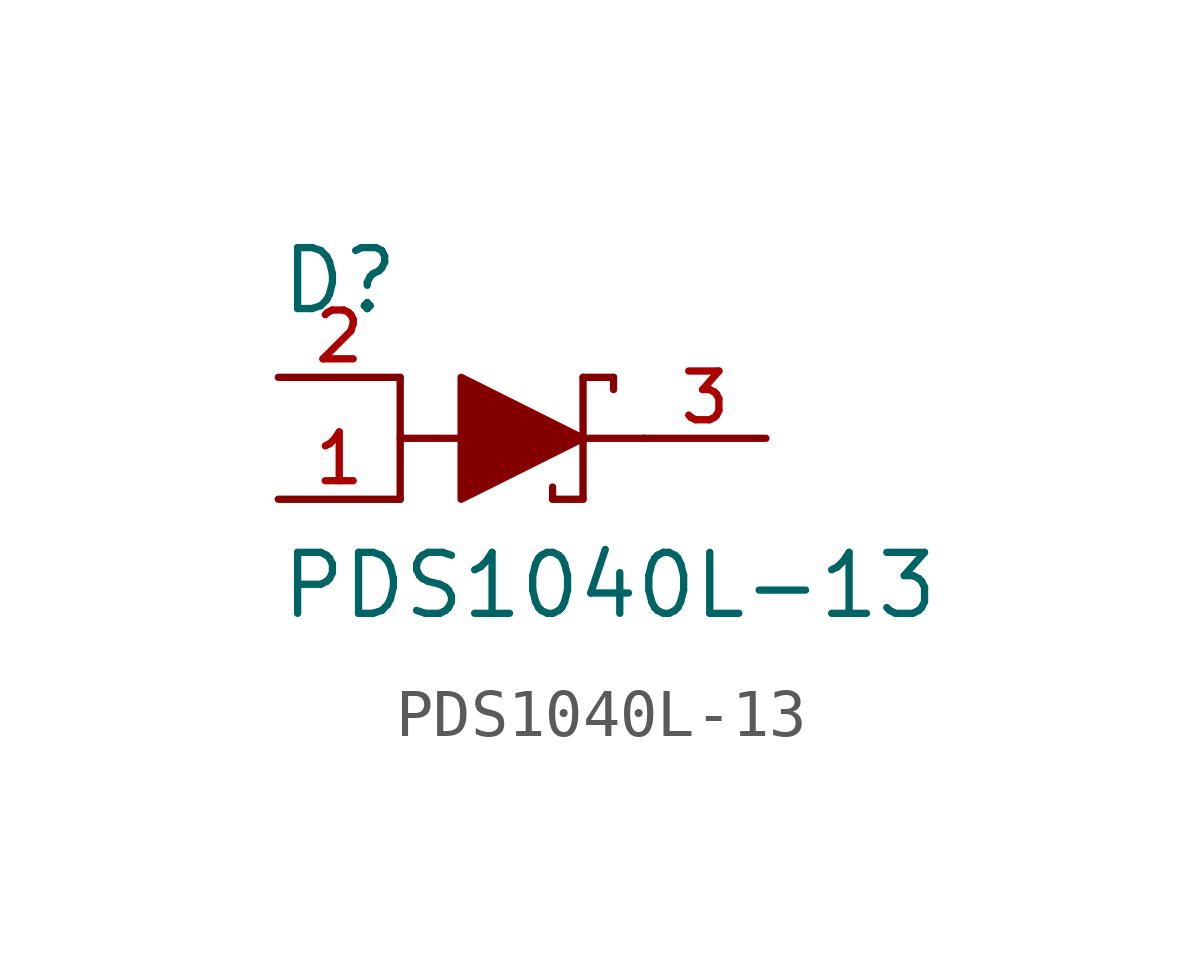
<source format=kicad_sym>
(kicad_symbol_lib
  (version 20220914)
  (generator kicad_symbol_editor)
  (symbol "PDS1040L-13"
    (pin_names
      (offset 1.016))
    (property "Reference" "D"
      (at -5.08 2.54 0)
      (effects (font (size 1.27 1.27)) (justify left bottom)))
    (property "Value" "PDS1040L-13"
      (at -5.08 -3.81 0)
      (effects (font (size 1.27 1.27)) (justify left bottom)))
    (symbol "PDS1040L-13_0_0"
      (pin passive line (at -5.08 -1.27 0) (length 2.54) (name "~" (effects (font (size 1.016 1.016)))) (number "1" (effects (font (size 1.016 1.016)))))
      (pin passive line (at -5.08 1.27 0) (length 2.54) (name "~" (effects (font (size 1.016 1.016)))) (number "2" (effects (font (size 1.016 1.016)))))
      (pin passive line (at 5.08 0 180) (length 2.54) (name "~" (effects (font (size 1.016 1.016)))) (number "3" (effects (font (size 1.016 1.016))))))
    (symbol "PDS1040L-13_1_0"
      (polyline (pts (xy -2.54 0) (xy -1.27 0)) (stroke (width 0) (type default)) (fill (type none)))
      (polyline (pts (xy 0.635 -1.016) (xy 0.635 -1.27)) (stroke (width 0) (type default)) (fill (type none)))
      (polyline (pts (xy 1.27 -1.27) (xy 0.635 -1.27)) (stroke (width 0) (type default)) (fill (type none)))
      (polyline (pts (xy 1.27 0) (xy 1.27 -1.27)) (stroke (width 0) (type default)) (fill (type none)))
      (polyline (pts (xy 1.27 1.27) (xy 1.27 0)) (stroke (width 0) (type default)) (fill (type none)))
      (polyline (pts (xy 1.905 1.27) (xy 1.27 1.27)) (stroke (width 0) (type default)) (fill (type none)))
      (polyline (pts (xy 1.905 1.27) (xy 1.905 1.016)) (stroke (width 0) (type default)) (fill (type none)))
      (polyline (pts (xy 2.54 0) (xy 1.27 0)) (stroke (width 0) (type default)) (fill (type none))))
    (symbol "PDS1040L-13_1_1"
      (polyline (pts (xy -2.54 -1.27) (xy -2.54 1.27)) (stroke (width 0) (type default)) (fill (type none)))
      (polyline (pts (xy -1.27 0) (xy -1.27 1.27) (xy 1.27 0) (xy -1.27 -1.27) (xy -1.27 0)) (stroke (width 0) (type default)) (fill (type outline))))))
</source>
